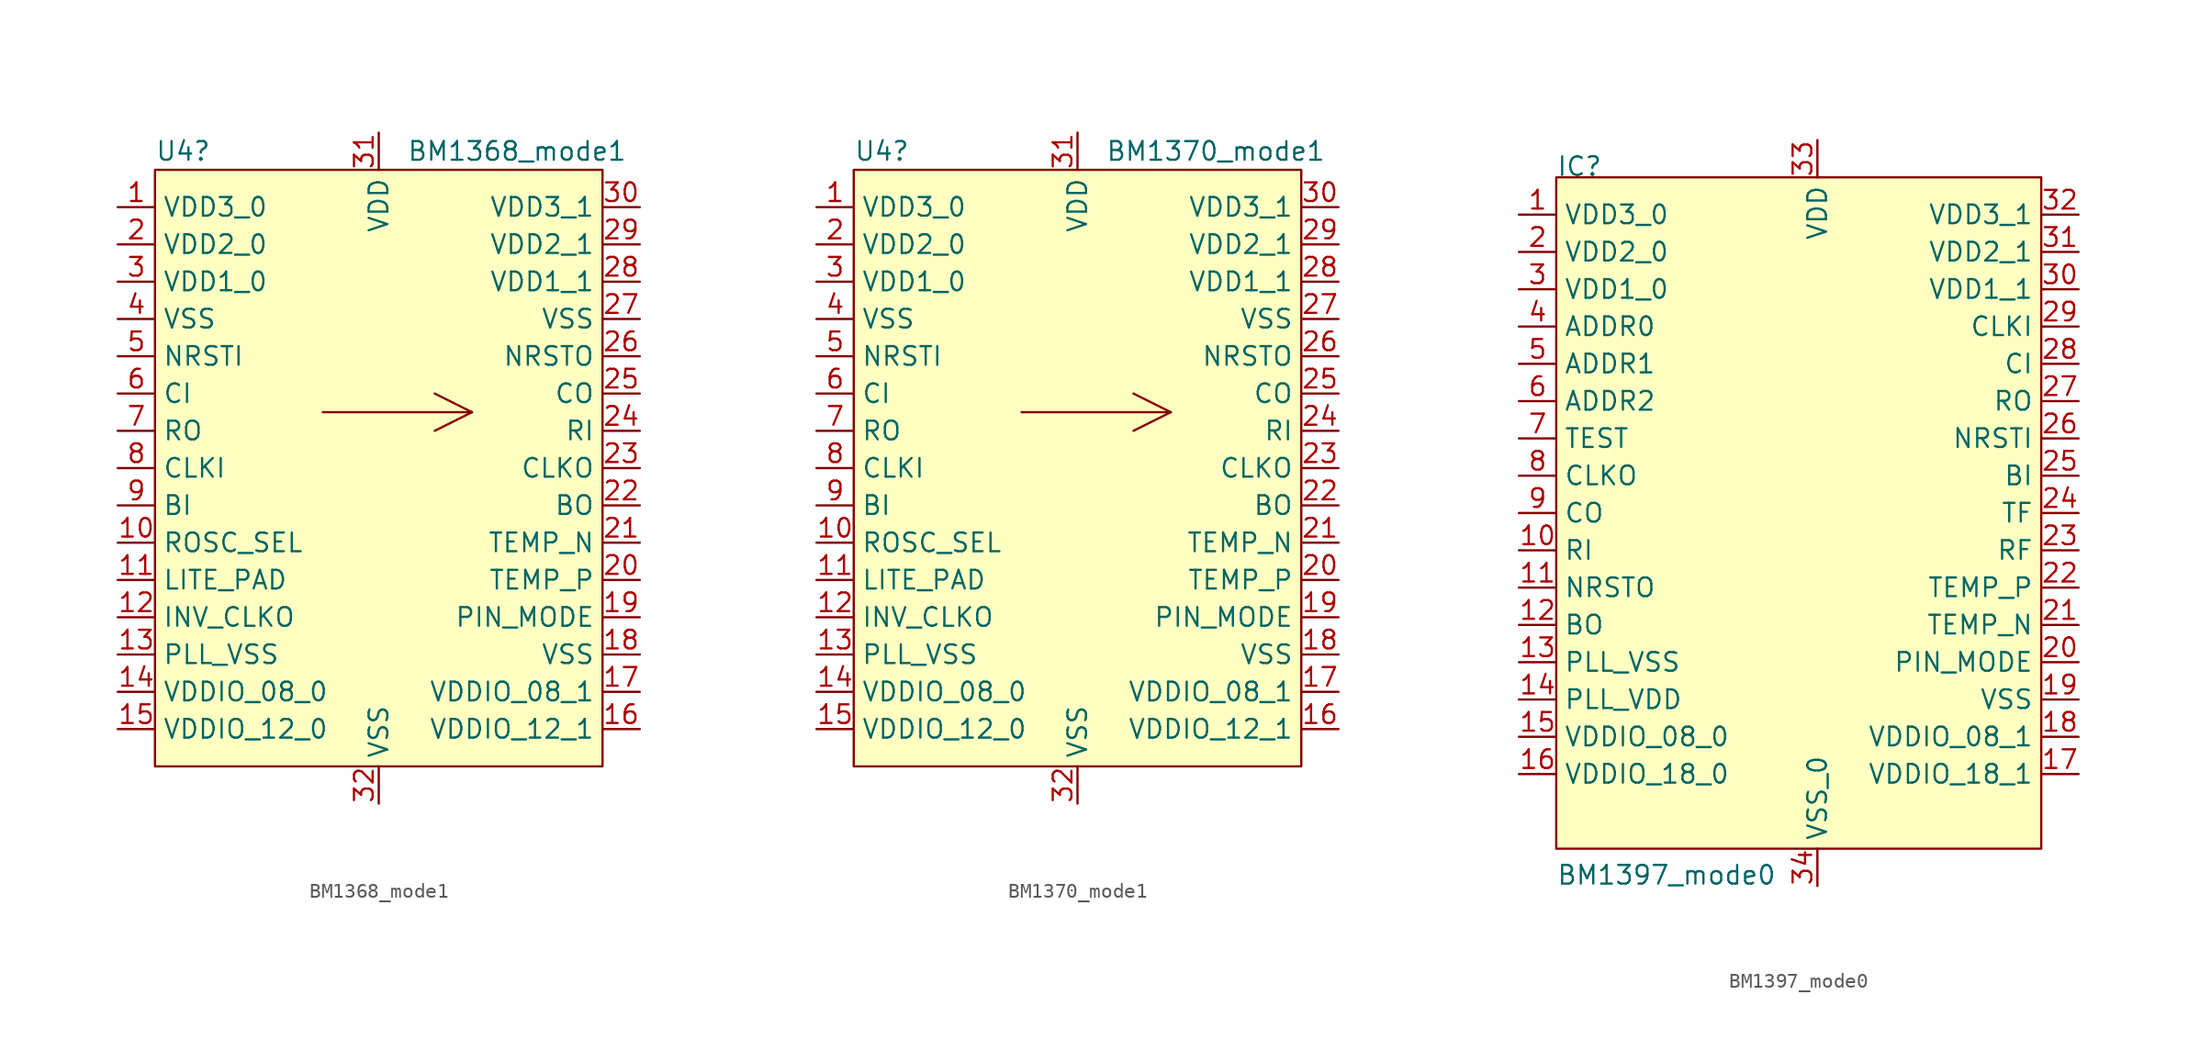
<source format=kicad_sym>
(kicad_symbol_lib
  (version 20241209)
  (generator "kicad_symbol_editor")
  (generator_version "9.0")
  (symbol "BM1368_mode1"
    (property "Reference" "U4"
      (at -15.24 21.59 0)
      (effects (font (size 1.27 1.27)) (justify left)))
    (property "Value" "BM1368_mode1"
      (at 1.905 21.59 0)
      (effects (font (size 1.27 1.27)) (justify left)))
    (symbol "BM1368_mode1_0_1"
      (rectangle (start -15.24 20.32) (end 15.24 -20.32) (stroke (width 0) (type default)) (fill (type background)))
      (polyline (pts (xy -3.81 3.81) (xy 6.35 3.81)) (stroke (width 0) (type default)) (fill (type none)))
      (polyline (pts (xy 3.81 5.08) (xy 6.35 3.81)) (stroke (width 0) (type default)) (fill (type none)))
      (polyline (pts (xy 3.81 2.54) (xy 6.35 3.81)) (stroke (width 0) (type default)) (fill (type none))))
    (symbol "BM1368_mode1_1_1"
      (pin power_in line (at -17.78 17.78 0) (length 2.54) (name "VDD3_0" (effects (font (size 1.27 1.27)))) (number "1" (effects (font (size 1.27 1.27)))))
      (pin power_in line (at -17.78 15.24 0) (length 2.54) (name "VDD2_0" (effects (font (size 1.27 1.27)))) (number "2" (effects (font (size 1.27 1.27)))))
      (pin power_in line (at -17.78 12.7 0) (length 2.54) (name "VDD1_0" (effects (font (size 1.27 1.27)))) (number "3" (effects (font (size 1.27 1.27)))))
      (pin power_in line (at -17.78 10.16 0) (length 2.54) (name "VSS" (effects (font (size 1.27 1.27)))) (number "4" (effects (font (size 1.27 1.27)))))
      (pin input line (at -17.78 7.62 0) (length 2.54) (name "NRSTI" (effects (font (size 1.27 1.27)))) (number "5" (effects (font (size 1.27 1.27)))))
      (pin input line (at -17.78 5.08 0) (length 2.54) (name "CI" (effects (font (size 1.27 1.27)))) (number "6" (effects (font (size 1.27 1.27)))))
      (pin output line (at -17.78 2.54 0) (length 2.54) (name "RO" (effects (font (size 1.27 1.27)))) (number "7" (effects (font (size 1.27 1.27)))))
      (pin input line (at -17.78 0 0) (length 2.54) (name "CLKI" (effects (font (size 1.27 1.27)))) (number "8" (effects (font (size 1.27 1.27)))))
      (pin input line (at -17.78 -2.54 0) (length 2.54) (name "BI" (effects (font (size 1.27 1.27)))) (number "9" (effects (font (size 1.27 1.27)))))
      (pin unspecified line (at -17.78 -5.08 0) (length 2.54) (name "ROSC_SEL" (effects (font (size 1.27 1.27)))) (number "10" (effects (font (size 1.27 1.27)))))
      (pin unspecified line (at -17.78 -7.62 0) (length 2.54) (name "LITE_PAD" (effects (font (size 1.27 1.27)))) (number "11" (effects (font (size 1.27 1.27)))))
      (pin unspecified line (at -17.78 -10.16 0) (length 2.54) (name "INV_CLKO" (effects (font (size 1.27 1.27)))) (number "12" (effects (font (size 1.27 1.27)))))
      (pin power_in line (at -17.78 -12.7 0) (length 2.54) (name "PLL_VSS" (effects (font (size 1.27 1.27)))) (number "13" (effects (font (size 1.27 1.27)))))
      (pin power_in line (at -17.78 -15.24 0) (length 2.54) (name "VDDIO_08_0" (effects (font (size 1.27 1.27)))) (number "14" (effects (font (size 1.27 1.27)))))
      (pin power_in line (at -17.78 -17.78 0) (length 2.54) (name "VDDIO_12_0" (effects (font (size 1.27 1.27)))) (number "15" (effects (font (size 1.27 1.27)))))
      (pin power_in line (at 0 22.86 270) (length 2.54) (name "VDD" (effects (font (size 1.27 1.27)))) (number "31" (effects (font (size 1.27 1.27)))))
      (pin power_in line (at 0 -22.86 90) (length 2.54) (name "VSS" (effects (font (size 1.27 1.27)))) (number "32" (effects (font (size 1.27 1.27)))))
      (pin power_in line (at 17.78 17.78 180) (length 2.54) (name "VDD3_1" (effects (font (size 1.27 1.27)))) (number "30" (effects (font (size 1.27 1.27)))))
      (pin power_in line (at 17.78 15.24 180) (length 2.54) (name "VDD2_1" (effects (font (size 1.27 1.27)))) (number "29" (effects (font (size 1.27 1.27)))))
      (pin power_in line (at 17.78 12.7 180) (length 2.54) (name "VDD1_1" (effects (font (size 1.27 1.27)))) (number "28" (effects (font (size 1.27 1.27)))))
      (pin power_in line (at 17.78 10.16 180) (length 2.54) (name "VSS" (effects (font (size 1.27 1.27)))) (number "27" (effects (font (size 1.27 1.27)))))
      (pin output line (at 17.78 7.62 180) (length 2.54) (name "NRSTO" (effects (font (size 1.27 1.27)))) (number "26" (effects (font (size 1.27 1.27)))))
      (pin output line (at 17.78 5.08 180) (length 2.54) (name "CO" (effects (font (size 1.27 1.27)))) (number "25" (effects (font (size 1.27 1.27)))))
      (pin input line (at 17.78 2.54 180) (length 2.54) (name "RI" (effects (font (size 1.27 1.27)))) (number "24" (effects (font (size 1.27 1.27)))))
      (pin output line (at 17.78 0 180) (length 2.54) (name "CLKO" (effects (font (size 1.27 1.27)))) (number "23" (effects (font (size 1.27 1.27)))))
      (pin output line (at 17.78 -2.54 180) (length 2.54) (name "BO" (effects (font (size 1.27 1.27)))) (number "22" (effects (font (size 1.27 1.27)))))
      (pin unspecified line (at 17.78 -5.08 180) (length 2.54) (name "TEMP_N" (effects (font (size 1.27 1.27)))) (number "21" (effects (font (size 1.27 1.27)))))
      (pin unspecified line (at 17.78 -7.62 180) (length 2.54) (name "TEMP_P" (effects (font (size 1.27 1.27)))) (number "20" (effects (font (size 1.27 1.27)))))
      (pin input line (at 17.78 -10.16 180) (length 2.54) (name "PIN_MODE" (effects (font (size 1.27 1.27)))) (number "19" (effects (font (size 1.27 1.27)))))
      (pin power_in line (at 17.78 -12.7 180) (length 2.54) (name "VSS" (effects (font (size 1.27 1.27)))) (number "18" (effects (font (size 1.27 1.27)))))
      (pin power_in line (at 17.78 -15.24 180) (length 2.54) (name "VDDIO_08_1" (effects (font (size 1.27 1.27)))) (number "17" (effects (font (size 1.27 1.27)))))
      (pin power_in line (at 17.78 -17.78 180) (length 2.54) (name "VDDIO_12_1" (effects (font (size 1.27 1.27)))) (number "16" (effects (font (size 1.27 1.27)))))))
  (symbol "BM1370_mode1"
    (property "Reference" "U4"
      (at -15.24 21.59 0)
      (effects (font (size 1.27 1.27)) (justify left)))
    (property "Value" "BM1370_mode1"
      (at 1.905 21.59 0)
      (effects (font (size 1.27 1.27)) (justify left)))
    (symbol "BM1370_mode1_0_1"
      (rectangle (start -15.24 20.32) (end 15.24 -20.32) (stroke (width 0) (type default)) (fill (type background)))
      (polyline (pts (xy -3.81 3.81) (xy 6.35 3.81)) (stroke (width 0) (type default)) (fill (type none)))
      (polyline (pts (xy 3.81 5.08) (xy 6.35 3.81)) (stroke (width 0) (type default)) (fill (type none)))
      (polyline (pts (xy 3.81 2.54) (xy 6.35 3.81)) (stroke (width 0) (type default)) (fill (type none))))
    (symbol "BM1370_mode1_1_1"
      (pin power_in line (at -17.78 17.78 0) (length 2.54) (name "VDD3_0" (effects (font (size 1.27 1.27)))) (number "1" (effects (font (size 1.27 1.27)))))
      (pin power_in line (at -17.78 15.24 0) (length 2.54) (name "VDD2_0" (effects (font (size 1.27 1.27)))) (number "2" (effects (font (size 1.27 1.27)))))
      (pin power_in line (at -17.78 12.7 0) (length 2.54) (name "VDD1_0" (effects (font (size 1.27 1.27)))) (number "3" (effects (font (size 1.27 1.27)))))
      (pin power_in line (at -17.78 10.16 0) (length 2.54) (name "VSS" (effects (font (size 1.27 1.27)))) (number "4" (effects (font (size 1.27 1.27)))))
      (pin input line (at -17.78 7.62 0) (length 2.54) (name "NRSTI" (effects (font (size 1.27 1.27)))) (number "5" (effects (font (size 1.27 1.27)))))
      (pin input line (at -17.78 5.08 0) (length 2.54) (name "CI" (effects (font (size 1.27 1.27)))) (number "6" (effects (font (size 1.27 1.27)))))
      (pin output line (at -17.78 2.54 0) (length 2.54) (name "RO" (effects (font (size 1.27 1.27)))) (number "7" (effects (font (size 1.27 1.27)))))
      (pin input line (at -17.78 0 0) (length 2.54) (name "CLKI" (effects (font (size 1.27 1.27)))) (number "8" (effects (font (size 1.27 1.27)))))
      (pin input line (at -17.78 -2.54 0) (length 2.54) (name "BI" (effects (font (size 1.27 1.27)))) (number "9" (effects (font (size 1.27 1.27)))))
      (pin unspecified line (at -17.78 -5.08 0) (length 2.54) (name "ROSC_SEL" (effects (font (size 1.27 1.27)))) (number "10" (effects (font (size 1.27 1.27)))))
      (pin unspecified line (at -17.78 -7.62 0) (length 2.54) (name "LITE_PAD" (effects (font (size 1.27 1.27)))) (number "11" (effects (font (size 1.27 1.27)))))
      (pin unspecified line (at -17.78 -10.16 0) (length 2.54) (name "INV_CLKO" (effects (font (size 1.27 1.27)))) (number "12" (effects (font (size 1.27 1.27)))))
      (pin power_in line (at -17.78 -12.7 0) (length 2.54) (name "PLL_VSS" (effects (font (size 1.27 1.27)))) (number "13" (effects (font (size 1.27 1.27)))))
      (pin power_in line (at -17.78 -15.24 0) (length 2.54) (name "VDDIO_08_0" (effects (font (size 1.27 1.27)))) (number "14" (effects (font (size 1.27 1.27)))))
      (pin power_in line (at -17.78 -17.78 0) (length 2.54) (name "VDDIO_12_0" (effects (font (size 1.27 1.27)))) (number "15" (effects (font (size 1.27 1.27)))))
      (pin power_in line (at 0 22.86 270) (length 2.54) (name "VDD" (effects (font (size 1.27 1.27)))) (number "31" (effects (font (size 1.27 1.27)))))
      (pin power_in line (at 0 -22.86 90) (length 2.54) (name "VSS" (effects (font (size 1.27 1.27)))) (number "32" (effects (font (size 1.27 1.27)))))
      (pin power_in line (at 17.78 17.78 180) (length 2.54) (name "VDD3_1" (effects (font (size 1.27 1.27)))) (number "30" (effects (font (size 1.27 1.27)))))
      (pin power_in line (at 17.78 15.24 180) (length 2.54) (name "VDD2_1" (effects (font (size 1.27 1.27)))) (number "29" (effects (font (size 1.27 1.27)))))
      (pin power_in line (at 17.78 12.7 180) (length 2.54) (name "VDD1_1" (effects (font (size 1.27 1.27)))) (number "28" (effects (font (size 1.27 1.27)))))
      (pin power_in line (at 17.78 10.16 180) (length 2.54) (name "VSS" (effects (font (size 1.27 1.27)))) (number "27" (effects (font (size 1.27 1.27)))))
      (pin output line (at 17.78 7.62 180) (length 2.54) (name "NRSTO" (effects (font (size 1.27 1.27)))) (number "26" (effects (font (size 1.27 1.27)))))
      (pin output line (at 17.78 5.08 180) (length 2.54) (name "CO" (effects (font (size 1.27 1.27)))) (number "25" (effects (font (size 1.27 1.27)))))
      (pin input line (at 17.78 2.54 180) (length 2.54) (name "RI" (effects (font (size 1.27 1.27)))) (number "24" (effects (font (size 1.27 1.27)))))
      (pin output line (at 17.78 0 180) (length 2.54) (name "CLKO" (effects (font (size 1.27 1.27)))) (number "23" (effects (font (size 1.27 1.27)))))
      (pin output line (at 17.78 -2.54 180) (length 2.54) (name "BO" (effects (font (size 1.27 1.27)))) (number "22" (effects (font (size 1.27 1.27)))))
      (pin unspecified line (at 17.78 -5.08 180) (length 2.54) (name "TEMP_N" (effects (font (size 1.27 1.27)))) (number "21" (effects (font (size 1.27 1.27)))))
      (pin unspecified line (at 17.78 -7.62 180) (length 2.54) (name "TEMP_P" (effects (font (size 1.27 1.27)))) (number "20" (effects (font (size 1.27 1.27)))))
      (pin input line (at 17.78 -10.16 180) (length 2.54) (name "PIN_MODE" (effects (font (size 1.27 1.27)))) (number "19" (effects (font (size 1.27 1.27)))))
      (pin power_in line (at 17.78 -12.7 180) (length 2.54) (name "VSS" (effects (font (size 1.27 1.27)))) (number "18" (effects (font (size 1.27 1.27)))))
      (pin power_in line (at 17.78 -15.24 180) (length 2.54) (name "VDDIO_08_1" (effects (font (size 1.27 1.27)))) (number "17" (effects (font (size 1.27 1.27)))))
      (pin power_in line (at 17.78 -17.78 180) (length 2.54) (name "VDDIO_12_1" (effects (font (size 1.27 1.27)))) (number "16" (effects (font (size 1.27 1.27)))))))
  (symbol "BM1397_mode0"
    (property "Reference" "IC"
      (at -17.78 17.78 0)
      (effects (font (size 1.27 1.27)) (justify left bottom)))
    (property "Value" "BM1397_mode0"
      (at -17.78 -30.48 0)
      (effects (font (size 1.27 1.27)) (justify left bottom)))
    (property "ki_locked" ""
      (at 0 0 0)
      (effects (font (size 1.27 1.27))))
    (symbol "BM1397_mode0_1_0"
      (pin bidirectional line (at -20.32 15.24 0) (length 2.54) (name "VDD3_0" (effects (font (size 1.27 1.27)))) (number "1" (effects (font (size 1.27 1.27)))))
      (pin bidirectional line (at -20.32 12.7 0) (length 2.54) (name "VDD2_0" (effects (font (size 1.27 1.27)))) (number "2" (effects (font (size 1.27 1.27)))))
      (pin bidirectional line (at -20.32 10.16 0) (length 2.54) (name "VDD1_0" (effects (font (size 1.27 1.27)))) (number "3" (effects (font (size 1.27 1.27)))))
      (pin bidirectional line (at -20.32 7.62 0) (length 2.54) (name "ADDR0" (effects (font (size 1.27 1.27)))) (number "4" (effects (font (size 1.27 1.27)))))
      (pin bidirectional line (at -20.32 5.08 0) (length 2.54) (name "ADDR1" (effects (font (size 1.27 1.27)))) (number "5" (effects (font (size 1.27 1.27)))))
      (pin bidirectional line (at -20.32 2.54 0) (length 2.54) (name "ADDR2" (effects (font (size 1.27 1.27)))) (number "6" (effects (font (size 1.27 1.27)))))
      (pin bidirectional line (at -20.32 0 0) (length 2.54) (name "TEST" (effects (font (size 1.27 1.27)))) (number "7" (effects (font (size 1.27 1.27)))))
      (pin bidirectional line (at -20.32 -2.54 0) (length 2.54) (name "CLKO" (effects (font (size 1.27 1.27)))) (number "8" (effects (font (size 1.27 1.27)))))
      (pin bidirectional line (at -20.32 -5.08 0) (length 2.54) (name "CO" (effects (font (size 1.27 1.27)))) (number "9" (effects (font (size 1.27 1.27)))))
      (pin bidirectional line (at -20.32 -7.62 0) (length 2.54) (name "RI" (effects (font (size 1.27 1.27)))) (number "10" (effects (font (size 1.27 1.27)))))
      (pin bidirectional line (at -20.32 -10.16 0) (length 2.54) (name "NRSTO" (effects (font (size 1.27 1.27)))) (number "11" (effects (font (size 1.27 1.27)))))
      (pin bidirectional line (at -20.32 -12.7 0) (length 2.54) (name "BO" (effects (font (size 1.27 1.27)))) (number "12" (effects (font (size 1.27 1.27)))))
      (pin bidirectional line (at -20.32 -15.24 0) (length 2.54) (name "PLL_VSS" (effects (font (size 1.27 1.27)))) (number "13" (effects (font (size 1.27 1.27)))))
      (pin bidirectional line (at -20.32 -17.78 0) (length 2.54) (name "PLL_VDD" (effects (font (size 1.27 1.27)))) (number "14" (effects (font (size 1.27 1.27)))))
      (pin bidirectional line (at -20.32 -20.32 0) (length 2.54) (name "VDDIO_08_0" (effects (font (size 1.27 1.27)))) (number "15" (effects (font (size 1.27 1.27)))))
      (pin bidirectional line (at -20.32 -22.86 0) (length 2.54) (name "VDDIO_18_0" (effects (font (size 1.27 1.27)))) (number "16" (effects (font (size 1.27 1.27)))))
      (pin bidirectional line (at 0 20.32 270) (length 2.54) (name "VDD" (effects (font (size 1.27 1.27)))) (number "33" (effects (font (size 1.27 1.27)))))
      (pin bidirectional line (at 0 -30.48 90) (length 2.54) (name "VSS_0" (effects (font (size 1.27 1.27)))) (number "34" (effects (font (size 1.27 1.27)))))
      (pin bidirectional line (at 17.78 15.24 180) (length 2.54) (name "VDD3_1" (effects (font (size 1.27 1.27)))) (number "32" (effects (font (size 1.27 1.27)))))
      (pin bidirectional line (at 17.78 12.7 180) (length 2.54) (name "VDD2_1" (effects (font (size 1.27 1.27)))) (number "31" (effects (font (size 1.27 1.27)))))
      (pin bidirectional line (at 17.78 10.16 180) (length 2.54) (name "VDD1_1" (effects (font (size 1.27 1.27)))) (number "30" (effects (font (size 1.27 1.27)))))
      (pin bidirectional line (at 17.78 7.62 180) (length 2.54) (name "CLKI" (effects (font (size 1.27 1.27)))) (number "29" (effects (font (size 1.27 1.27)))))
      (pin bidirectional line (at 17.78 5.08 180) (length 2.54) (name "CI" (effects (font (size 1.27 1.27)))) (number "28" (effects (font (size 1.27 1.27)))))
      (pin bidirectional line (at 17.78 2.54 180) (length 2.54) (name "RO" (effects (font (size 1.27 1.27)))) (number "27" (effects (font (size 1.27 1.27)))))
      (pin bidirectional line (at 17.78 0 180) (length 2.54) (name "NRSTI" (effects (font (size 1.27 1.27)))) (number "26" (effects (font (size 1.27 1.27)))))
      (pin bidirectional line (at 17.78 -2.54 180) (length 2.54) (name "BI" (effects (font (size 1.27 1.27)))) (number "25" (effects (font (size 1.27 1.27)))))
      (pin bidirectional line (at 17.78 -5.08 180) (length 2.54) (name "TF" (effects (font (size 1.27 1.27)))) (number "24" (effects (font (size 1.27 1.27)))))
      (pin bidirectional line (at 17.78 -7.62 180) (length 2.54) (name "RF" (effects (font (size 1.27 1.27)))) (number "23" (effects (font (size 1.27 1.27)))))
      (pin bidirectional line (at 17.78 -10.16 180) (length 2.54) (name "TEMP_P" (effects (font (size 1.27 1.27)))) (number "22" (effects (font (size 1.27 1.27)))))
      (pin bidirectional line (at 17.78 -12.7 180) (length 2.54) (name "TEMP_N" (effects (font (size 1.27 1.27)))) (number "21" (effects (font (size 1.27 1.27)))))
      (pin bidirectional line (at 17.78 -15.24 180) (length 2.54) (name "PIN_MODE" (effects (font (size 1.27 1.27)))) (number "20" (effects (font (size 1.27 1.27)))))
      (pin bidirectional line (at 17.78 -17.78 180) (length 2.54) (name "VSS" (effects (font (size 1.27 1.27)))) (number "19" (effects (font (size 1.27 1.27)))))
      (pin bidirectional line (at 17.78 -20.32 180) (length 2.54) (name "VDDIO_08_1" (effects (font (size 1.27 1.27)))) (number "18" (effects (font (size 1.27 1.27)))))
      (pin bidirectional line (at 17.78 -22.86 180) (length 2.54) (name "VDDIO_18_1" (effects (font (size 1.27 1.27)))) (number "17" (effects (font (size 1.27 1.27))))))
    (symbol "BM1397_mode0_1_1"
      (rectangle (start -17.78 17.78) (end 15.24 -27.94) (stroke (width 0.152) (type default)) (fill (type background))))))
</source>
